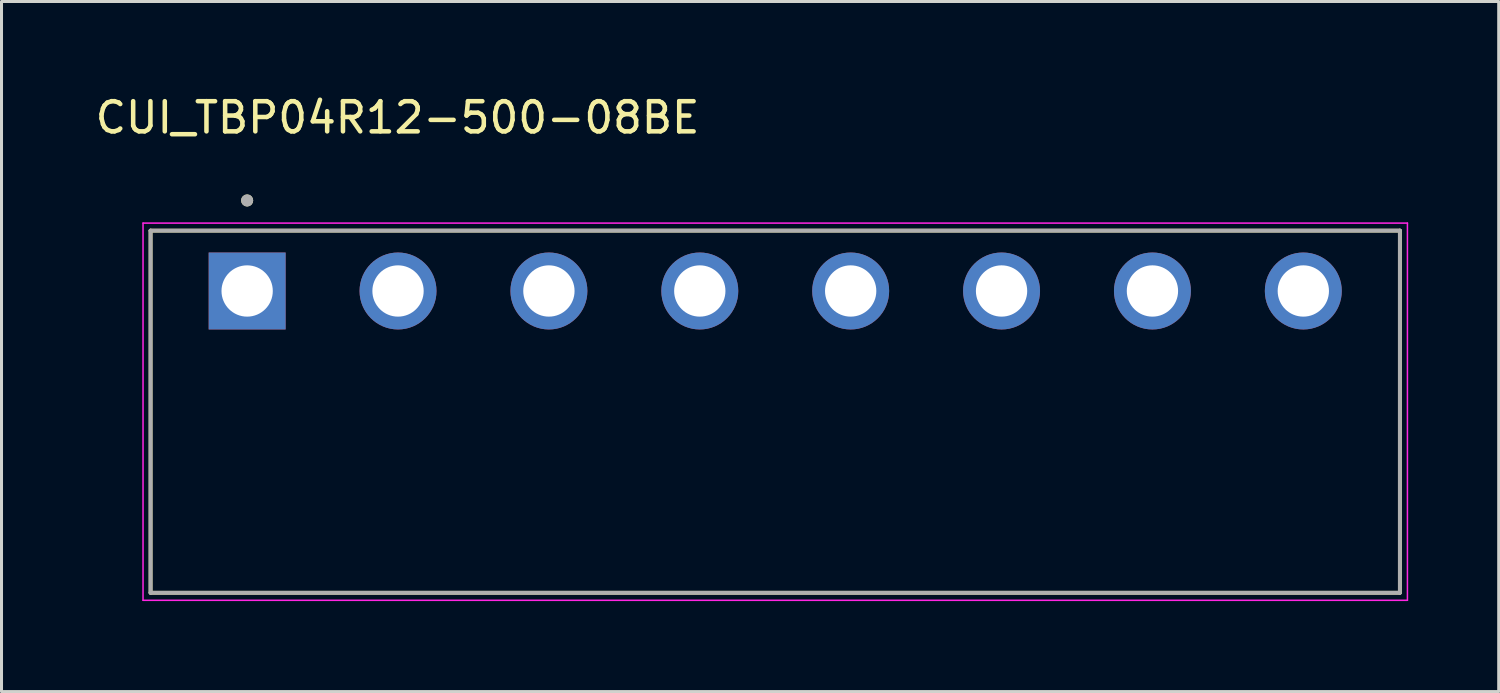
<source format=kicad_pcb>
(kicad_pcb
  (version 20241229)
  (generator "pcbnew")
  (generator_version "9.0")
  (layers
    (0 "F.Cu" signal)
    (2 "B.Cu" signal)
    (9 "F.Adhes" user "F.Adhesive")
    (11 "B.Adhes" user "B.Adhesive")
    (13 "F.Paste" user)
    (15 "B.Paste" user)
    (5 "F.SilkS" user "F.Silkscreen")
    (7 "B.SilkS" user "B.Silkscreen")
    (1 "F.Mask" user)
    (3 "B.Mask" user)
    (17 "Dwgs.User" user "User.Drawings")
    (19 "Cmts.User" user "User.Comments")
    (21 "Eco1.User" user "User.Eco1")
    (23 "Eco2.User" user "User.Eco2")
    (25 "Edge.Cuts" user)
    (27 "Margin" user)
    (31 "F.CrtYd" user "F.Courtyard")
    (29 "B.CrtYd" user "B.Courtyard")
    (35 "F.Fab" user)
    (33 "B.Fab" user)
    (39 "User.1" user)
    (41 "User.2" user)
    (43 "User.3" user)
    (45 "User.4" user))
  (footprint "CUI_TBP04R12-500-08BE"
    (layer "F.Cu")
    (at 5.14 6.593)
    (property "Reference" "CUI_TBP04R12-500-08BE" (at 4.985 -5.745 0) (layer "F.SilkS") (effects (font (size 1 1) (thickness 0.15))))
    (attr through_hole)
    (fp_line (start -3.2 -2) (end 38.2 -2) (stroke (width 0.127) (type solid)) (layer "F.SilkS"))
    (fp_line (start -3.2 10) (end -3.2 -2) (stroke (width 0.127) (type solid)) (layer "F.SilkS"))
    (fp_line (start 38.2 -2) (end 38.2 10) (stroke (width 0.127) (type solid)) (layer "F.SilkS"))
    (fp_line (start 38.2 10) (end -3.2 10) (stroke (width 0.127) (type solid)) (layer "F.SilkS"))
    (fp_circle (center 0 -3) (end 0.1 -3) (stroke (width 0.2) (type solid)) (fill no) (layer "F.SilkS"))
    (fp_line (start -3.45 -2.25) (end 38.45 -2.25) (stroke (width 0.05) (type solid)) (layer "F.CrtYd"))
    (fp_line (start -3.45 10.25) (end -3.45 -2.25) (stroke (width 0.05) (type solid)) (layer "F.CrtYd"))
    (fp_line (start 38.45 -2.25) (end 38.45 10.25) (stroke (width 0.05) (type solid)) (layer "F.CrtYd"))
    (fp_line (start 38.45 10.25) (end -3.45 10.25) (stroke (width 0.05) (type solid)) (layer "F.CrtYd"))
    (fp_line (start -3.2 -2) (end 38.2 -2) (stroke (width 0.127) (type solid)) (layer "F.Fab"))
    (fp_line (start -3.2 10) (end -3.2 -2) (stroke (width 0.127) (type solid)) (layer "F.Fab"))
    (fp_line (start 38.2 -2) (end 38.2 10) (stroke (width 0.127) (type solid)) (layer "F.Fab"))
    (fp_line (start 38.2 10) (end -3.2 10) (stroke (width 0.127) (type solid)) (layer "F.Fab"))
    (fp_circle (center 0 -3) (end 0.1 -3) (stroke (width 0.2) (type solid)) (fill no) (layer "F.Fab"))
    (pad "1" thru_hole rect (at 0 0) (size 2.55 2.55) (drill 1.7) (layers "*.Cu" "*.Mask"))
    (pad "2" thru_hole circle (at 5 0) (size 2.55 2.55) (drill 1.7) (layers "*.Cu" "*.Mask"))
    (pad "3" thru_hole circle (at 10 0) (size 2.55 2.55) (drill 1.7) (layers "*.Cu" "*.Mask"))
    (pad "4" thru_hole circle (at 15 0) (size 2.55 2.55) (drill 1.7) (layers "*.Cu" "*.Mask"))
    (pad "5" thru_hole circle (at 20 0) (size 2.55 2.55) (drill 1.7) (layers "*.Cu" "*.Mask"))
    (pad "6" thru_hole circle (at 25 0) (size 2.55 2.55) (drill 1.7) (layers "*.Cu" "*.Mask"))
    (pad "7" thru_hole circle (at 30 0) (size 2.55 2.55) (drill 1.7) (layers "*.Cu" "*.Mask"))
    (pad "8" thru_hole circle (at 35 0) (size 2.55 2.55) (drill 1.7) (layers "*.Cu" "*.Mask")))
  (gr_rect
    (start -3 -3)
    (end 46.615 19.868)
    (stroke (width 0.1) (type default))
    (fill no)
    (layer "Edge.Cuts")))
</source>
